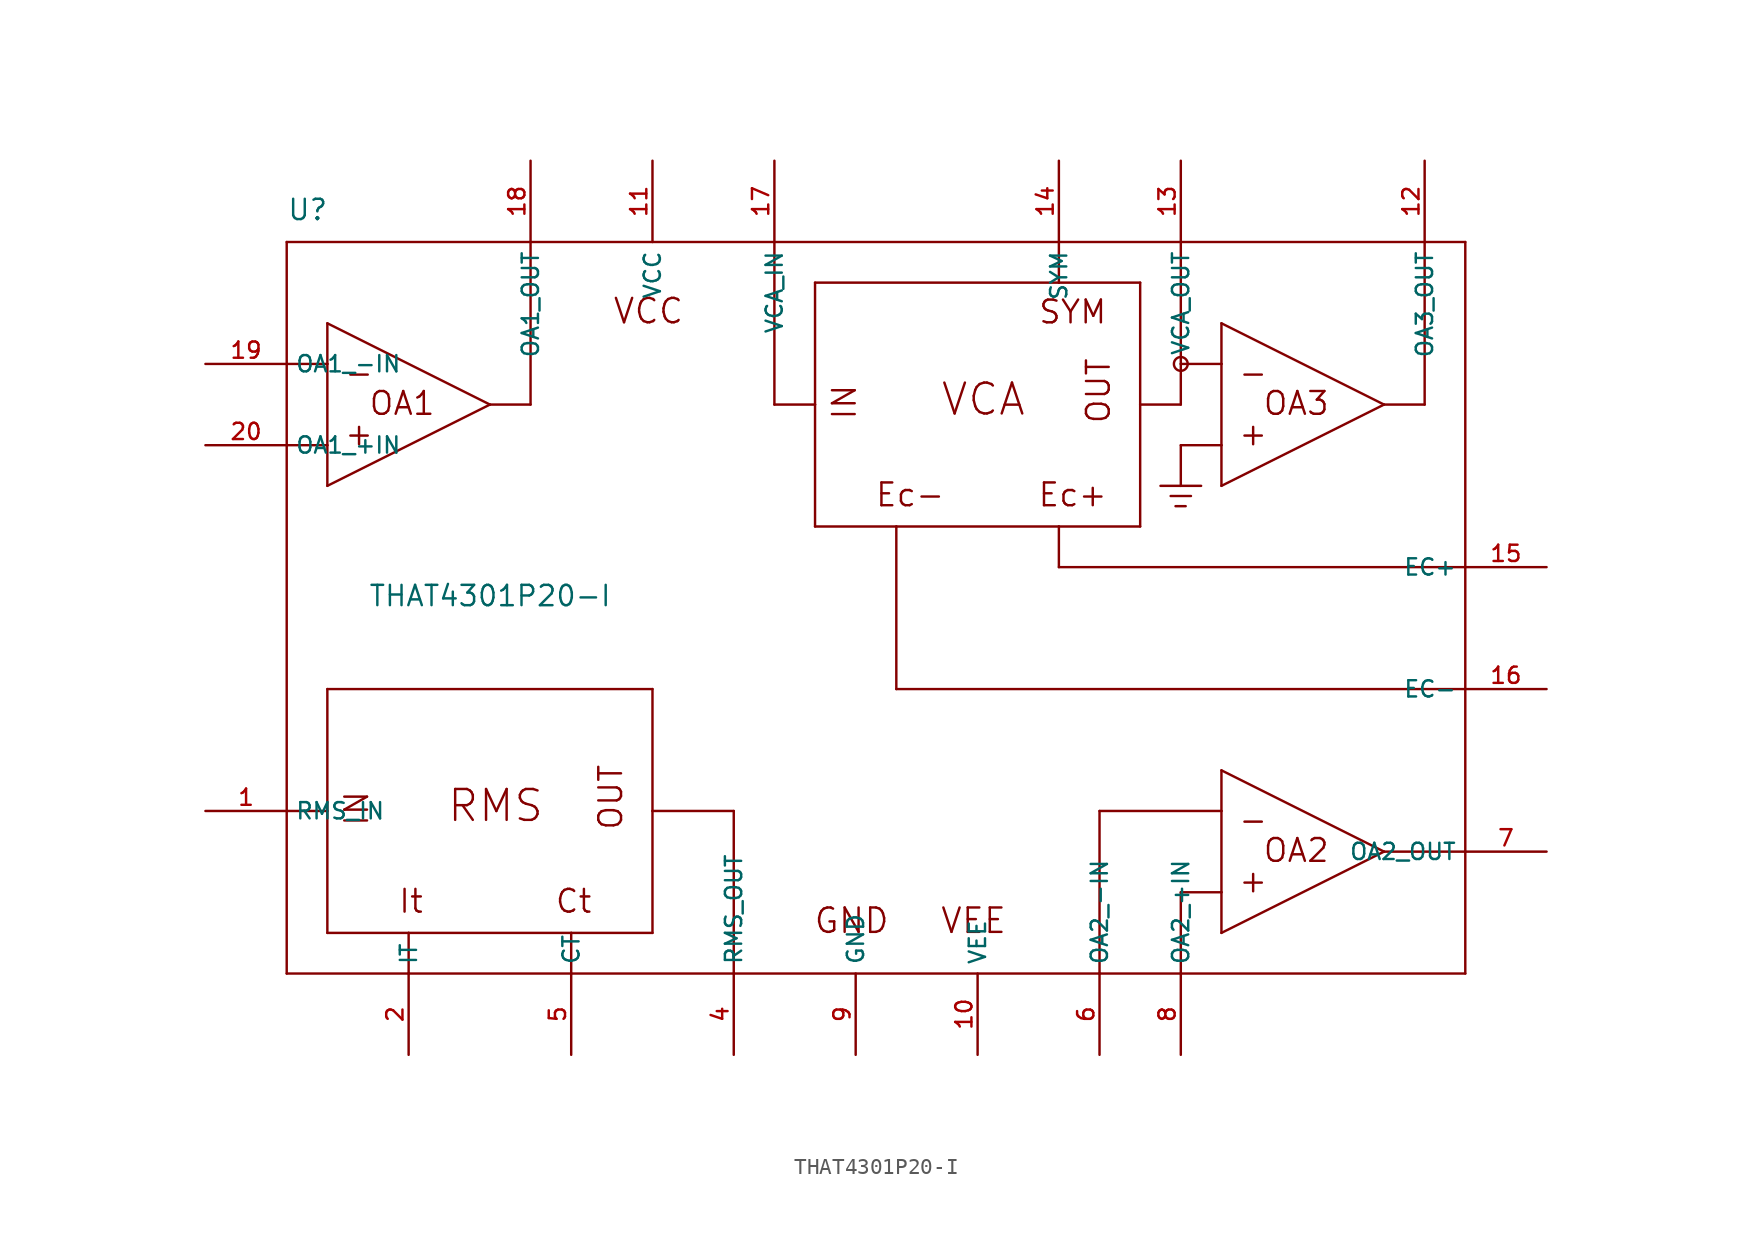
<source format=kicad_sym>
(kicad_symbol_lib
  (version 20200126)
  (host kicad_symbol_editor "5.99.0-unknown-1463dd1~101~ubuntu18.04.1")
  (symbol "that-corp-edit:THAT4301P20-I"
    (property "Reference" "U"
      (at -35.56 24.13 0)
      (effects (font (size 1.27 1.27)) (justify left bottom)))
    (property "Value" "THAT4301P20-I"
      (at -30.48 0 0)
      (effects (font (size 1.27 1.27)) (justify left bottom)))
    (property "ki_locked" ""
      (at 0 0 0)
      (effects (font (size 1.27 1.27))))
    (symbol "THAT4301P20-I_1_1"
      (circle (center 20.32 15.24) (radius 0.432) (stroke (width 0)) (fill (type none)))
      (pin passive line (at -17.78 -27.94 90) (length 5.08) (name "CT" (effects (font (size 1.016 1.016)))) (number "5" (effects (font (size 1.016 1.016)))))
      (pin passive line (at 43.18 2.54 180) (length 5.08) (name "EC+" (effects (font (size 1.016 1.016)))) (number "15" (effects (font (size 1.016 1.016)))))
      (pin passive line (at 43.18 -5.08 180) (length 5.08) (name "EC-" (effects (font (size 1.016 1.016)))) (number "16" (effects (font (size 1.016 1.016)))))
      (pin power_in line (at 0 -27.94 90) (length 5.08) (name "GND" (effects (font (size 1.016 1.016)))) (number "9" (effects (font (size 1.016 1.016)))))
      (pin passive line (at -27.94 -27.94 90) (length 5.08) (name "IT" (effects (font (size 1.016 1.016)))) (number "2" (effects (font (size 1.016 1.016)))))
      (pin input line (at -40.64 10.16 0) (length 5.08) (name "OA1_+IN" (effects (font (size 1.016 1.016)))) (number "20" (effects (font (size 1.016 1.016)))))
      (pin input line (at -40.64 15.24 0) (length 5.08) (name "OA1_-IN" (effects (font (size 1.016 1.016)))) (number "19" (effects (font (size 1.016 1.016)))))
      (pin output line (at -20.32 27.94 270) (length 5.08) (name "OA1_OUT" (effects (font (size 1.016 1.016)))) (number "18" (effects (font (size 1.016 1.016)))))
      (pin bidirectional line (at 20.32 -27.94 90) (length 5.08) (name "OA2_+IN" (effects (font (size 1.016 1.016)))) (number "8" (effects (font (size 1.016 1.016)))))
      (pin bidirectional line (at 15.24 -27.94 90) (length 5.08) (name "OA2_-IN" (effects (font (size 1.016 1.016)))) (number "6" (effects (font (size 1.016 1.016)))))
      (pin output line (at 43.18 -15.24 180) (length 5.08) (name "OA2_OUT" (effects (font (size 1.016 1.016)))) (number "7" (effects (font (size 1.016 1.016)))))
      (pin output line (at 35.56 27.94 270) (length 5.08) (name "OA3_OUT" (effects (font (size 1.016 1.016)))) (number "12" (effects (font (size 1.016 1.016)))))
      (pin input line (at -40.64 -12.7 0) (length 5.08) (name "RMS_IN" (effects (font (size 1.016 1.016)))) (number "1" (effects (font (size 1.016 1.016)))))
      (pin output line (at -7.62 -27.94 90) (length 5.08) (name "RMS_OUT" (effects (font (size 1.016 1.016)))) (number "4" (effects (font (size 1.016 1.016)))))
      (pin passive line (at 12.7 27.94 270) (length 5.08) (name "SYM" (effects (font (size 1.016 1.016)))) (number "14" (effects (font (size 1.016 1.016)))))
      (pin input line (at -5.08 27.94 270) (length 5.08) (name "VCA_IN" (effects (font (size 1.016 1.016)))) (number "17" (effects (font (size 1.016 1.016)))))
      (pin passive line (at 20.32 27.94 270) (length 5.08) (name "VCA_OUT" (effects (font (size 1.016 1.016)))) (number "13" (effects (font (size 1.016 1.016)))))
      (pin power_in line (at -12.7 27.94 270) (length 5.08) (name "VCC" (effects (font (size 1.016 1.016)))) (number "11" (effects (font (size 1.016 1.016)))))
      (pin power_in line (at 7.62 -27.94 90) (length 5.08) (name "VEE" (effects (font (size 1.016 1.016)))) (number "10" (effects (font (size 1.016 1.016))))))
    (symbol "THAT4301P20-I_1_0"
      (text "RMS" (at -22.504 -12.37 0) (effects (font (size 1.93 1.93))))
      (text "IN" (at -31.191 -12.548 1) (effects (font (size 1.422 1.422))))
      (text "OUT" (at -15.316 -11.836 1) (effects (font (size 1.422 1.422))))
      (text "It" (at -27.788 -18.339 0) (effects (font (size 1.422 1.422))))
      (text "Ct" (at -17.628 -18.339 0) (effects (font (size 1.422 1.422))))
      (text "-" (at -31.039 14.681 0) (effects (font (size 1.422 1.422))))
      (text "+" (at -31.039 10.871 0) (effects (font (size 1.422 1.422))))
      (text "OA1" (at -28.346 12.776 0) (effects (font (size 1.422 1.422))))
      (text "VCA" (at 7.976 13.03 0) (effects (font (size 1.93 1.93))))
      (text "IN" (at -0.711 12.852 1) (effects (font (size 1.422 1.422))))
      (text "OUT" (at 15.164 13.564 1) (effects (font (size 1.422 1.422))))
      (text "Ec-" (at 3.404 7.061 0) (effects (font (size 1.422 1.422))))
      (text "Ec+" (at 13.564 7.061 0) (effects (font (size 1.422 1.422))))
      (text "-" (at 24.841 14.681 0) (effects (font (size 1.422 1.422))))
      (text "+" (at 24.841 10.871 0) (effects (font (size 1.422 1.422))))
      (text "OA3" (at 27.534 12.776 0) (effects (font (size 1.422 1.422))))
      (text "-" (at 24.841 -13.259 0) (effects (font (size 1.422 1.422))))
      (text "+" (at 24.841 -17.069 0) (effects (font (size 1.422 1.422))))
      (text "OA2" (at 27.534 -15.164 0) (effects (font (size 1.422 1.422))))
      (text "SYM" (at 13.564 18.491 0) (effects (font (size 1.422 1.422))))
      (text "GND" (at -0.254 -19.558 0) (effects (font (size 1.524 1.524))))
      (text "VEE" (at 7.366 -19.558 0) (effects (font (size 1.524 1.524))))
      (text "VCC" (at -12.954 18.542 0) (effects (font (size 1.524 1.524))))
      (polyline (pts (xy -33.02 -5.08) (xy -12.7 -5.08)) (stroke (width 0)) (fill (type none)))
      (polyline (pts (xy -12.7 -5.08) (xy -12.7 -12.7)) (stroke (width 0)) (fill (type none)))
      (polyline (pts (xy -12.7 -12.7) (xy -12.7 -20.32)) (stroke (width 0)) (fill (type none)))
      (polyline (pts (xy -12.7 -20.32) (xy -17.78 -20.32)) (stroke (width 0)) (fill (type none)))
      (polyline (pts (xy -17.78 -20.32) (xy -27.94 -20.32)) (stroke (width 0)) (fill (type none)))
      (polyline (pts (xy -27.94 -20.32) (xy -33.02 -20.32)) (stroke (width 0)) (fill (type none)))
      (polyline (pts (xy -33.02 -20.32) (xy -33.02 -12.7)) (stroke (width 0)) (fill (type none)))
      (polyline (pts (xy -33.02 -12.7) (xy -33.02 -5.08)) (stroke (width 0)) (fill (type none)))
      (polyline (pts (xy -33.02 17.78) (xy -33.02 15.24)) (stroke (width 0)) (fill (type none)))
      (polyline (pts (xy -33.02 15.24) (xy -33.02 10.16)) (stroke (width 0)) (fill (type none)))
      (polyline (pts (xy -33.02 10.16) (xy -33.02 7.62)) (stroke (width 0)) (fill (type none)))
      (polyline (pts (xy -33.02 7.62) (xy -22.86 12.7)) (stroke (width 0)) (fill (type none)))
      (polyline (pts (xy -22.86 12.7) (xy -33.02 17.78)) (stroke (width 0)) (fill (type none)))
      (polyline (pts (xy -2.54 20.32) (xy 12.7 20.32)) (stroke (width 0)) (fill (type none)))
      (polyline (pts (xy 12.7 20.32) (xy 17.78 20.32)) (stroke (width 0)) (fill (type none)))
      (polyline (pts (xy 17.78 20.32) (xy 17.78 12.7)) (stroke (width 0)) (fill (type none)))
      (polyline (pts (xy 17.78 12.7) (xy 17.78 5.08)) (stroke (width 0)) (fill (type none)))
      (polyline (pts (xy 17.78 5.08) (xy 12.7 5.08)) (stroke (width 0)) (fill (type none)))
      (polyline (pts (xy 12.7 5.08) (xy 2.54 5.08)) (stroke (width 0)) (fill (type none)))
      (polyline (pts (xy 2.54 5.08) (xy -2.54 5.08)) (stroke (width 0)) (fill (type none)))
      (polyline (pts (xy -2.54 5.08) (xy -2.54 12.7)) (stroke (width 0)) (fill (type none)))
      (polyline (pts (xy -2.54 12.7) (xy -2.54 20.32)) (stroke (width 0)) (fill (type none)))
      (polyline (pts (xy 22.86 17.78) (xy 22.86 15.24)) (stroke (width 0)) (fill (type none)))
      (polyline (pts (xy 22.86 15.24) (xy 22.86 10.16)) (stroke (width 0)) (fill (type none)))
      (polyline (pts (xy 22.86 10.16) (xy 22.86 7.62)) (stroke (width 0)) (fill (type none)))
      (polyline (pts (xy 22.86 7.62) (xy 33.02 12.7)) (stroke (width 0)) (fill (type none)))
      (polyline (pts (xy 33.02 12.7) (xy 22.86 17.78)) (stroke (width 0)) (fill (type none)))
      (polyline (pts (xy 22.86 -10.16) (xy 22.86 -12.7)) (stroke (width 0)) (fill (type none)))
      (polyline (pts (xy 22.86 -12.7) (xy 22.86 -17.78)) (stroke (width 0)) (fill (type none)))
      (polyline (pts (xy 22.86 -17.78) (xy 22.86 -20.32)) (stroke (width 0)) (fill (type none)))
      (polyline (pts (xy 22.86 -20.32) (xy 33.02 -15.24)) (stroke (width 0)) (fill (type none)))
      (polyline (pts (xy 33.02 -15.24) (xy 22.86 -10.16)) (stroke (width 0)) (fill (type none)))
      (polyline (pts (xy -35.56 22.86) (xy -20.32 22.86)) (stroke (width 0)) (fill (type none)))
      (polyline (pts (xy -20.32 22.86) (xy -5.08 22.86)) (stroke (width 0)) (fill (type none)))
      (polyline (pts (xy -5.08 22.86) (xy 12.7 22.86)) (stroke (width 0)) (fill (type none)))
      (polyline (pts (xy 12.7 22.86) (xy 20.32 22.86)) (stroke (width 0)) (fill (type none)))
      (polyline (pts (xy 20.32 22.86) (xy 35.56 22.86)) (stroke (width 0)) (fill (type none)))
      (polyline (pts (xy 35.56 22.86) (xy 38.1 22.86)) (stroke (width 0)) (fill (type none)))
      (polyline (pts (xy 38.1 22.86) (xy 38.1 2.54)) (stroke (width 0)) (fill (type none)))
      (polyline (pts (xy 38.1 2.54) (xy 38.1 -5.08)) (stroke (width 0)) (fill (type none)))
      (polyline (pts (xy 38.1 -5.08) (xy 38.1 -15.24)) (stroke (width 0)) (fill (type none)))
      (polyline (pts (xy 38.1 -15.24) (xy 38.1 -22.86)) (stroke (width 0)) (fill (type none)))
      (polyline (pts (xy 38.1 -22.86) (xy 20.32 -22.86)) (stroke (width 0)) (fill (type none)))
      (polyline (pts (xy 20.32 -22.86) (xy 15.24 -22.86)) (stroke (width 0)) (fill (type none)))
      (polyline (pts (xy 15.24 -22.86) (xy -7.62 -22.86)) (stroke (width 0)) (fill (type none)))
      (polyline (pts (xy -7.62 -22.86) (xy -17.78 -22.86)) (stroke (width 0)) (fill (type none)))
      (polyline (pts (xy -17.78 -22.86) (xy -27.94 -22.86)) (stroke (width 0)) (fill (type none)))
      (polyline (pts (xy -27.94 -22.86) (xy -35.56 -22.86)) (stroke (width 0)) (fill (type none)))
      (polyline (pts (xy -35.56 -22.86) (xy -35.56 -12.7)) (stroke (width 0)) (fill (type none)))
      (polyline (pts (xy -35.56 -12.7) (xy -35.56 10.16)) (stroke (width 0)) (fill (type none)))
      (polyline (pts (xy -35.56 10.16) (xy -35.56 15.24)) (stroke (width 0)) (fill (type none)))
      (polyline (pts (xy -35.56 15.24) (xy -35.56 22.86)) (stroke (width 0)) (fill (type none)))
      (polyline (pts (xy -33.02 15.24) (xy -35.56 15.24)) (stroke (width 0)) (fill (type none)))
      (polyline (pts (xy -33.02 10.16) (xy -35.56 10.16)) (stroke (width 0)) (fill (type none)))
      (polyline (pts (xy -22.86 12.7) (xy -20.32 12.7)) (stroke (width 0)) (fill (type none)))
      (polyline (pts (xy -20.32 12.7) (xy -20.32 22.86)) (stroke (width 0)) (fill (type none)))
      (polyline (pts (xy -33.02 -12.7) (xy -35.56 -12.7)) (stroke (width 0)) (fill (type none)))
      (polyline (pts (xy -27.94 -20.32) (xy -27.94 -22.86)) (stroke (width 0)) (fill (type none)))
      (polyline (pts (xy -17.78 -20.32) (xy -17.78 -22.86)) (stroke (width 0)) (fill (type none)))
      (polyline (pts (xy -12.7 -12.7) (xy -7.62 -12.7)) (stroke (width 0)) (fill (type none)))
      (polyline (pts (xy -7.62 -12.7) (xy -7.62 -22.86)) (stroke (width 0)) (fill (type none)))
      (polyline (pts (xy -2.54 12.7) (xy -5.08 12.7)) (stroke (width 0)) (fill (type none)))
      (polyline (pts (xy -5.08 12.7) (xy -5.08 22.86)) (stroke (width 0)) (fill (type none)))
      (polyline (pts (xy 12.7 20.32) (xy 12.7 22.86)) (stroke (width 0)) (fill (type none)))
      (polyline (pts (xy 17.78 12.7) (xy 20.32 12.7)) (stroke (width 0)) (fill (type none)))
      (polyline (pts (xy 20.32 12.7) (xy 20.32 15.24)) (stroke (width 0)) (fill (type none)))
      (polyline (pts (xy 20.32 15.24) (xy 20.32 22.86)) (stroke (width 0)) (fill (type none)))
      (polyline (pts (xy 12.7 5.08) (xy 12.7 2.54)) (stroke (width 0)) (fill (type none)))
      (polyline (pts (xy 12.7 2.54) (xy 38.1 2.54)) (stroke (width 0)) (fill (type none)))
      (polyline (pts (xy 2.54 5.08) (xy 2.54 -5.08)) (stroke (width 0)) (fill (type none)))
      (polyline (pts (xy 2.54 -5.08) (xy 38.1 -5.08)) (stroke (width 0)) (fill (type none)))
      (polyline (pts (xy 33.02 -15.24) (xy 38.1 -15.24)) (stroke (width 0)) (fill (type none)))
      (polyline (pts (xy 22.86 -17.78) (xy 20.32 -17.78)) (stroke (width 0)) (fill (type none)))
      (polyline (pts (xy 20.32 -17.78) (xy 20.32 -22.86)) (stroke (width 0)) (fill (type none)))
      (polyline (pts (xy 22.86 -12.7) (xy 15.24 -12.7)) (stroke (width 0)) (fill (type none)))
      (polyline (pts (xy 15.24 -12.7) (xy 15.24 -22.86)) (stroke (width 0)) (fill (type none)))
      (polyline (pts (xy 33.02 12.7) (xy 35.56 12.7)) (stroke (width 0)) (fill (type none)))
      (polyline (pts (xy 35.56 12.7) (xy 35.56 22.86)) (stroke (width 0)) (fill (type none)))
      (polyline (pts (xy 22.86 15.24) (xy 20.32 15.24)) (stroke (width 0)) (fill (type none)))
      (polyline (pts (xy 22.86 10.16) (xy 20.32 10.16)) (stroke (width 0)) (fill (type none)))
      (polyline (pts (xy 20.32 10.16) (xy 20.32 7.62)) (stroke (width 0)) (fill (type none)))
      (polyline (pts (xy 19.05 7.62) (xy 20.32 7.62)) (stroke (width 0)) (fill (type none)))
      (polyline (pts (xy 20.32 7.62) (xy 21.59 7.62)) (stroke (width 0)) (fill (type none)))
      (polyline (pts (xy 19.685 6.985) (xy 20.955 6.985)) (stroke (width 0)) (fill (type none)))
      (polyline (pts (xy 19.99 6.35) (xy 20.625 6.35)) (stroke (width 0)) (fill (type none))))))
</source>
